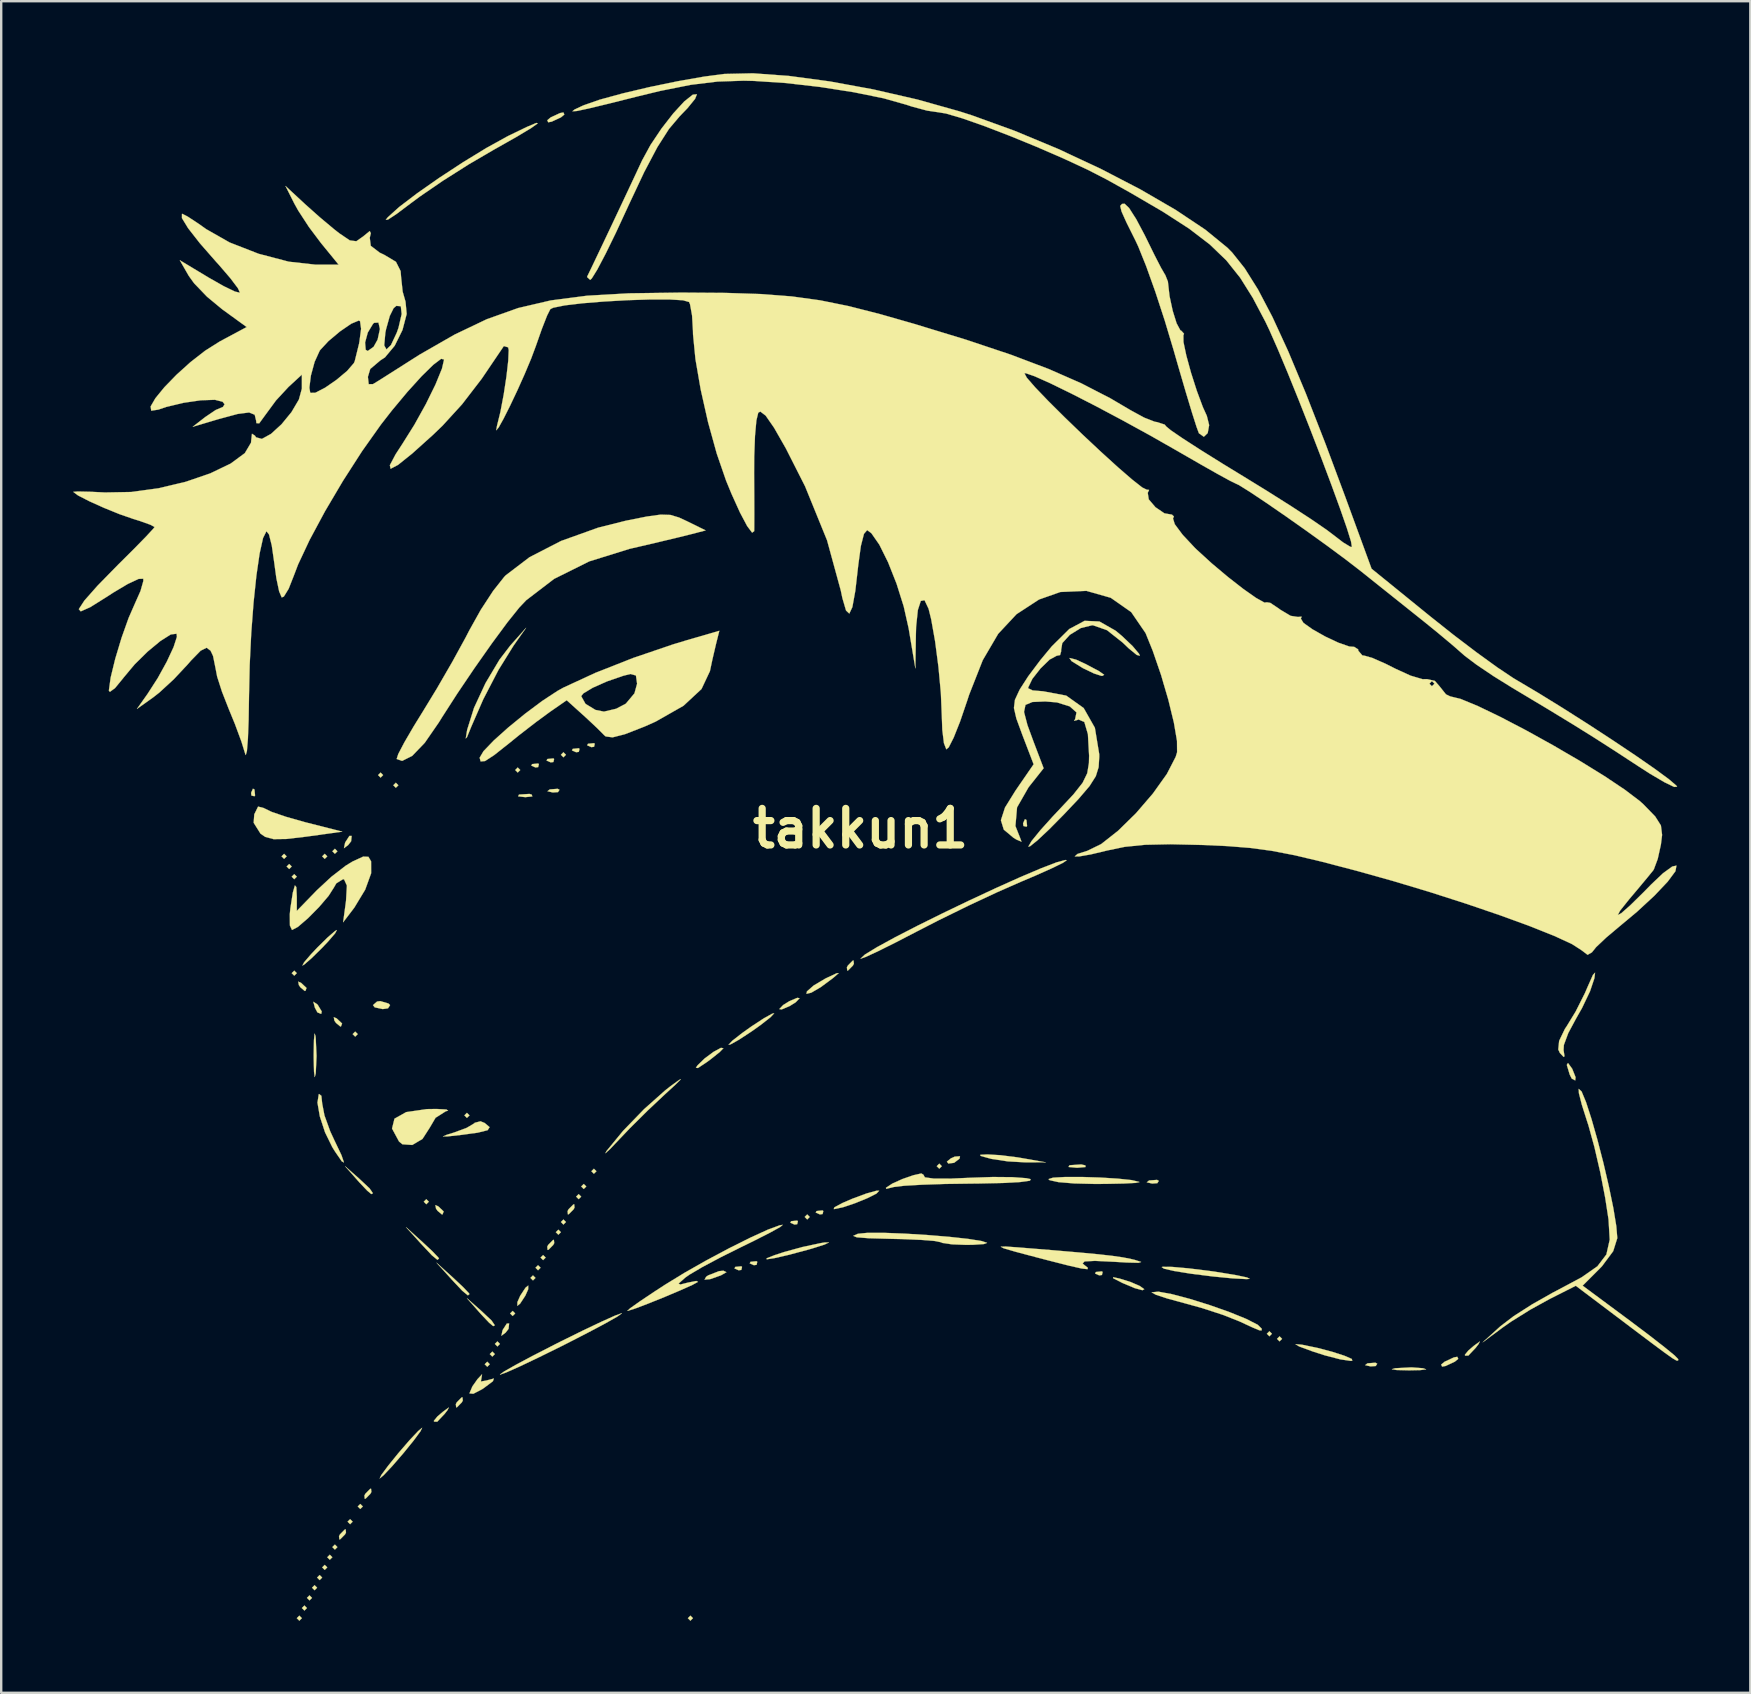
<source format=kicad_pcb>
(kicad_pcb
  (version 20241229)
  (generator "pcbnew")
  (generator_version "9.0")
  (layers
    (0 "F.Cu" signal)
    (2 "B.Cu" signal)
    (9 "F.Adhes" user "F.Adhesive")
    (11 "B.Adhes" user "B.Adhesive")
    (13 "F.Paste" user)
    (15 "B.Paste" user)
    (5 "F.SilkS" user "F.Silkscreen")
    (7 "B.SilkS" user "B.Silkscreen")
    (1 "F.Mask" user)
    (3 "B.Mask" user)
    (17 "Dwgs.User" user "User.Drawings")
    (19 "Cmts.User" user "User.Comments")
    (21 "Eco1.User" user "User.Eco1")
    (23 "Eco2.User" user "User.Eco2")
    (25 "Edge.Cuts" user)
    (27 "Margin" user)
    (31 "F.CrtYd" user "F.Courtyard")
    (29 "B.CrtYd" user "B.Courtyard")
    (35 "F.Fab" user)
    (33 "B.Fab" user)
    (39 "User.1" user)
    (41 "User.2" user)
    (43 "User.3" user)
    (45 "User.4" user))
  (footprint "takkun1"
    (layer "F.Cu")
    (at 32.814 31.475)
    (property "Reference" "takkun1" (at 0 0 0) (layer "F.SilkS") (effects (font (size 1.524 1.524) (thickness 0.3))))
    (attr through_hole)
    (fp_poly (pts (xy -23.918 1.164) (xy -24.024 1.27) (xy -24.13 1.164) (xy -24.024 1.058) (xy -23.918 1.164)) (stroke (width 0.01) (type solid)) (fill yes) (layer "F.SilkS"))
    (fp_poly (pts (xy -23.707 1.587) (xy -23.812 1.693) (xy -23.918 1.587) (xy -23.812 1.482) (xy -23.707 1.587)) (stroke (width 0.01) (type solid)) (fill yes) (layer "F.SilkS"))
    (fp_poly (pts (xy -23.495 2.011) (xy -23.601 2.117) (xy -23.707 2.011) (xy -23.601 1.905) (xy -23.495 2.011)) (stroke (width 0.01) (type solid)) (fill yes) (layer "F.SilkS"))
    (fp_poly (pts (xy -23.495 6.032) (xy -23.601 6.138) (xy -23.707 6.032) (xy -23.601 5.927) (xy -23.495 6.032)) (stroke (width 0.01) (type solid)) (fill yes) (layer "F.SilkS"))
    (fp_poly (pts (xy -23.283 32.914) (xy -23.389 33.02) (xy -23.495 32.914) (xy -23.389 32.808) (xy -23.283 32.914)) (stroke (width 0.01) (type solid)) (fill yes) (layer "F.SilkS"))
    (fp_poly (pts (xy -23.072 32.491) (xy -23.177 32.597) (xy -23.283 32.491) (xy -23.177 32.385) (xy -23.072 32.491)) (stroke (width 0.01) (type solid)) (fill yes) (layer "F.SilkS"))
    (fp_poly (pts (xy -22.86 32.068) (xy -22.966 32.173) (xy -23.072 32.068) (xy -22.966 31.962) (xy -22.86 32.068)) (stroke (width 0.01) (type solid)) (fill yes) (layer "F.SilkS"))
    (fp_poly (pts (xy -22.648 31.644) (xy -22.754 31.75) (xy -22.86 31.644) (xy -22.754 31.538) (xy -22.648 31.644)) (stroke (width 0.01) (type solid)) (fill yes) (layer "F.SilkS"))
    (fp_poly (pts (xy -22.437 31.221) (xy -22.543 31.327) (xy -22.648 31.221) (xy -22.543 31.115) (xy -22.437 31.221)) (stroke (width 0.01) (type solid)) (fill yes) (layer "F.SilkS"))
    (fp_poly (pts (xy -22.225 1.164) (xy -22.331 1.27) (xy -22.437 1.164) (xy -22.331 1.058) (xy -22.225 1.164)) (stroke (width 0.01) (type solid)) (fill yes) (layer "F.SilkS"))
    (fp_poly (pts (xy -22.225 30.797) (xy -22.331 30.903) (xy -22.437 30.797) (xy -22.331 30.692) (xy -22.225 30.797)) (stroke (width 0.01) (type solid)) (fill yes) (layer "F.SilkS"))
    (fp_poly (pts (xy -22.013 30.374) (xy -22.119 30.48) (xy -22.225 30.374) (xy -22.119 30.268) (xy -22.013 30.374)) (stroke (width 0.01) (type solid)) (fill yes) (layer "F.SilkS"))
    (fp_poly (pts (xy -21.802 0.953) (xy -21.907 1.058) (xy -22.013 0.953) (xy -21.907 0.847) (xy -21.802 0.953)) (stroke (width 0.01) (type solid)) (fill yes) (layer "F.SilkS"))
    (fp_poly (pts (xy -21.802 29.951) (xy -21.907 30.057) (xy -22.013 29.951) (xy -21.907 29.845) (xy -21.802 29.951)) (stroke (width 0.01) (type solid)) (fill yes) (layer "F.SilkS"))
    (fp_poly (pts (xy -21.167 28.892) (xy -21.273 28.998) (xy -21.378 28.892) (xy -21.273 28.787) (xy -21.167 28.892)) (stroke (width 0.01) (type solid)) (fill yes) (layer "F.SilkS"))
    (fp_poly (pts (xy -20.955 8.572) (xy -21.061 8.678) (xy -21.167 8.572) (xy -21.061 8.467) (xy -20.955 8.572)) (stroke (width 0.01) (type solid)) (fill yes) (layer "F.SilkS"))
    (fp_poly (pts (xy -20.743 28.258) (xy -20.849 28.363) (xy -20.955 28.258) (xy -20.849 28.152) (xy -20.743 28.258)) (stroke (width 0.01) (type solid)) (fill yes) (layer "F.SilkS"))
    (fp_poly (pts (xy -19.897 -2.223) (xy -20.003 -2.117) (xy -20.108 -2.223) (xy -20.003 -2.328) (xy -19.897 -2.223)) (stroke (width 0.01) (type solid)) (fill yes) (layer "F.SilkS"))
    (fp_poly (pts (xy -19.262 -1.799) (xy -19.367 -1.693) (xy -19.473 -1.799) (xy -19.367 -1.905) (xy -19.262 -1.799)) (stroke (width 0.01) (type solid)) (fill yes) (layer "F.SilkS"))
    (fp_poly (pts (xy -17.992 15.557) (xy -18.098 15.663) (xy -18.203 15.557) (xy -18.098 15.452) (xy -17.992 15.557)) (stroke (width 0.01) (type solid)) (fill yes) (layer "F.SilkS"))
    (fp_poly (pts (xy -16.298 11.959) (xy -16.404 12.065) (xy -16.51 11.959) (xy -16.404 11.853) (xy -16.298 11.959)) (stroke (width 0.01) (type solid)) (fill yes) (layer "F.SilkS"))
    (fp_poly (pts (xy -15.452 22.331) (xy -15.557 22.437) (xy -15.663 22.331) (xy -15.557 22.225) (xy -15.452 22.331)) (stroke (width 0.01) (type solid)) (fill yes) (layer "F.SilkS"))
    (fp_poly (pts (xy -15.24 21.907) (xy -15.346 22.013) (xy -15.452 21.907) (xy -15.346 21.802) (xy -15.24 21.907)) (stroke (width 0.01) (type solid)) (fill yes) (layer "F.SilkS"))
    (fp_poly (pts (xy -15.028 21.484) (xy -15.134 21.59) (xy -15.24 21.484) (xy -15.134 21.378) (xy -15.028 21.484)) (stroke (width 0.01) (type solid)) (fill yes) (layer "F.SilkS"))
    (fp_poly (pts (xy -14.393 20.214) (xy -14.499 20.32) (xy -14.605 20.214) (xy -14.499 20.108) (xy -14.393 20.214)) (stroke (width 0.01) (type solid)) (fill yes) (layer "F.SilkS"))
    (fp_poly (pts (xy -14.182 -2.434) (xy -14.287 -2.328) (xy -14.393 -2.434) (xy -14.287 -2.54) (xy -14.182 -2.434)) (stroke (width 0.01) (type solid)) (fill yes) (layer "F.SilkS"))
    (fp_poly (pts (xy -13.547 18.733) (xy -13.652 18.838) (xy -13.758 18.733) (xy -13.652 18.627) (xy -13.547 18.733)) (stroke (width 0.01) (type solid)) (fill yes) (layer "F.SilkS"))
    (fp_poly (pts (xy -13.335 18.309) (xy -13.441 18.415) (xy -13.547 18.309) (xy -13.441 18.203) (xy -13.335 18.309)) (stroke (width 0.01) (type solid)) (fill yes) (layer "F.SilkS"))
    (fp_poly (pts (xy -13.123 17.886) (xy -13.229 17.992) (xy -13.335 17.886) (xy -13.229 17.78) (xy -13.123 17.886)) (stroke (width 0.01) (type solid)) (fill yes) (layer "F.SilkS"))
    (fp_poly (pts (xy -12.488 16.828) (xy -12.594 16.933) (xy -12.7 16.828) (xy -12.594 16.722) (xy -12.488 16.828)) (stroke (width 0.01) (type solid)) (fill yes) (layer "F.SilkS"))
    (fp_poly (pts (xy -12.277 -3.069) (xy -12.383 -2.963) (xy -12.488 -3.069) (xy -12.383 -3.175) (xy -12.277 -3.069)) (stroke (width 0.01) (type solid)) (fill yes) (layer "F.SilkS"))
    (fp_poly (pts (xy -12.277 16.404) (xy -12.383 16.51) (xy -12.488 16.404) (xy -12.383 16.298) (xy -12.277 16.404)) (stroke (width 0.01) (type solid)) (fill yes) (layer "F.SilkS"))
    (fp_poly (pts (xy -11.642 15.346) (xy -11.748 15.452) (xy -11.853 15.346) (xy -11.748 15.24) (xy -11.642 15.346)) (stroke (width 0.01) (type solid)) (fill yes) (layer "F.SilkS"))
    (fp_poly (pts (xy -11.43 14.922) (xy -11.536 15.028) (xy -11.642 14.922) (xy -11.536 14.817) (xy -11.43 14.922)) (stroke (width 0.01) (type solid)) (fill yes) (layer "F.SilkS"))
    (fp_poly (pts (xy -11.007 14.287) (xy -11.113 14.393) (xy -11.218 14.287) (xy -11.113 14.182) (xy -11.007 14.287)) (stroke (width 0.01) (type solid)) (fill yes) (layer "F.SilkS"))
    (fp_poly (pts (xy -6.985 32.914) (xy -7.091 33.02) (xy -7.197 32.914) (xy -7.091 32.808) (xy -6.985 32.914)) (stroke (width 0.01) (type solid)) (fill yes) (layer "F.SilkS"))
    (fp_poly (pts (xy -2.117 16.192) (xy -2.223 16.298) (xy -2.328 16.192) (xy -2.223 16.087) (xy -2.117 16.192)) (stroke (width 0.01) (type solid)) (fill yes) (layer "F.SilkS"))
    (fp_poly (pts (xy 3.387 14.076) (xy 3.281 14.182) (xy 3.175 14.076) (xy 3.281 13.97) (xy 3.387 14.076)) (stroke (width 0.01) (type solid)) (fill yes) (layer "F.SilkS"))
    (fp_poly (pts (xy 17.145 21.061) (xy 17.039 21.167) (xy 16.933 21.061) (xy 17.039 20.955) (xy 17.145 21.061)) (stroke (width 0.01) (type solid)) (fill yes) (layer "F.SilkS"))
    (fp_poly (pts (xy 17.568 21.273) (xy 17.462 21.378) (xy 17.357 21.273) (xy 17.462 21.167) (xy 17.568 21.273)) (stroke (width 0.01) (type solid)) (fill yes) (layer "F.SilkS"))
    (fp_poly (pts (xy -25.259 -1.623) (xy -25.234 -1.372) (xy -25.259 -1.341) (xy -25.385 -1.37) (xy -25.4 -1.482) (xy -25.323 -1.656) (xy -25.259 -1.623)) (stroke (width 0.01) (type solid)) (fill yes) (layer "F.SilkS"))
    (fp_poly (pts (xy -13.705 -1.41) (xy -13.679 -1.333) (xy -13.97 -1.303) (xy -14.27 -1.337) (xy -14.235 -1.41) (xy -13.801 -1.438) (xy -13.705 -1.41)) (stroke (width 0.01) (type solid)) (fill yes) (layer "F.SilkS"))
    (fp_poly (pts (xy -13.406 -2.681) (xy -13.435 -2.555) (xy -13.547 -2.54) (xy -13.721 -2.617) (xy -13.688 -2.681) (xy -13.437 -2.706) (xy -13.406 -2.681)) (stroke (width 0.01) (type solid)) (fill yes) (layer "F.SilkS"))
    (fp_poly (pts (xy -12.771 -2.893) (xy -12.8 -2.767) (xy -12.912 -2.752) (xy -13.086 -2.829) (xy -13.053 -2.893) (xy -12.802 -2.918) (xy -12.771 -2.893)) (stroke (width 0.01) (type solid)) (fill yes) (layer "F.SilkS"))
    (fp_poly (pts (xy -12.546 -1.61) (xy -12.609 -1.513) (xy -12.823 -1.498) (xy -13.049 -1.55) (xy -12.951 -1.626) (xy -12.621 -1.651) (xy -12.546 -1.61)) (stroke (width 0.01) (type solid)) (fill yes) (layer "F.SilkS"))
    (fp_poly (pts (xy -11.712 -3.316) (xy -11.741 -3.19) (xy -11.853 -3.175) (xy -12.028 -3.252) (xy -11.994 -3.316) (xy -11.743 -3.341) (xy -11.712 -3.316)) (stroke (width 0.01) (type solid)) (fill yes) (layer "F.SilkS"))
    (fp_poly (pts (xy -11.077 -3.528) (xy -11.106 -3.402) (xy -11.218 -3.387) (xy -11.393 -3.464) (xy -11.359 -3.528) (xy -11.108 -3.553) (xy -11.077 -3.528)) (stroke (width 0.01) (type solid)) (fill yes) (layer "F.SilkS"))
    (fp_poly (pts (xy -4.939 18.274) (xy -4.968 18.4) (xy -5.08 18.415) (xy -5.254 18.338) (xy -5.221 18.274) (xy -4.97 18.249) (xy -4.939 18.274)) (stroke (width 0.01) (type solid)) (fill yes) (layer "F.SilkS"))
    (fp_poly (pts (xy -4.304 18.062) (xy -4.333 18.188) (xy -4.445 18.203) (xy -4.619 18.126) (xy -4.586 18.062) (xy -4.335 18.037) (xy -4.304 18.062)) (stroke (width 0.01) (type solid)) (fill yes) (layer "F.SilkS"))
    (fp_poly (pts (xy -2.611 16.369) (xy -2.64 16.495) (xy -2.752 16.51) (xy -2.926 16.433) (xy -2.893 16.369) (xy -2.642 16.344) (xy -2.611 16.369)) (stroke (width 0.01) (type solid)) (fill yes) (layer "F.SilkS"))
    (fp_poly (pts (xy -1.552 15.946) (xy -1.581 16.071) (xy -1.693 16.087) (xy -1.868 16.009) (xy -1.834 15.946) (xy -1.583 15.92) (xy -1.552 15.946)) (stroke (width 0.01) (type solid)) (fill yes) (layer "F.SilkS"))
    (fp_poly (pts (xy 6.914 -0.353) (xy 6.94 -0.102) (xy 6.914 -0.071) (xy 6.789 -0.1) (xy 6.773 -0.212) (xy 6.851 -0.386) (xy 6.914 -0.353)) (stroke (width 0.01) (type solid)) (fill yes) (layer "F.SilkS"))
    (fp_poly (pts (xy 10.089 18.486) (xy 10.06 18.611) (xy 9.948 18.627) (xy 9.774 18.549) (xy 9.807 18.486) (xy 10.058 18.46) (xy 10.089 18.486)) (stroke (width 0.01) (type solid)) (fill yes) (layer "F.SilkS"))
    (fp_poly (pts (xy 12.431 14.689) (xy 12.368 14.785) (xy 12.153 14.8) (xy 11.927 14.748) (xy 12.025 14.672) (xy 12.356 14.647) (xy 12.431 14.689)) (stroke (width 0.01) (type solid)) (fill yes) (layer "F.SilkS"))
    (fp_poly (pts (xy 21.533 22.309) (xy 21.47 22.405) (xy 21.255 22.42) (xy 21.029 22.368) (xy 21.127 22.292) (xy 21.458 22.267) (xy 21.533 22.309)) (stroke (width 0.01) (type solid)) (fill yes) (layer "F.SilkS"))
    (fp_poly (pts (xy -23.316 6.436) (xy -23.089 6.649) (xy -23.135 6.771) (xy -23.165 6.773) (xy -23.344 6.623) (xy -23.409 6.529) (xy -23.434 6.384) (xy -23.316 6.436)) (stroke (width 0.01) (type solid)) (fill yes) (layer "F.SilkS"))
    (fp_poly (pts (xy -22.65 7.325) (xy -22.622 7.352) (xy -22.455 7.629) (xy -22.478 7.731) (xy -22.635 7.668) (xy -22.741 7.47) (xy -22.805 7.223) (xy -22.65 7.325)) (stroke (width 0.01) (type solid)) (fill yes) (layer "F.SilkS"))
    (fp_poly (pts (xy -21.834 7.917) (xy -21.607 8.13) (xy -21.654 8.253) (xy -21.683 8.255) (xy -21.862 8.105) (xy -21.928 8.011) (xy -21.953 7.866) (xy -21.834 7.917)) (stroke (width 0.01) (type solid)) (fill yes) (layer "F.SilkS"))
    (fp_poly (pts (xy -21.231 0.536) (xy -21.352 0.691) (xy -21.53 0.825) (xy -21.486 0.613) (xy -21.471 0.573) (xy -21.303 0.314) (xy -21.208 0.312) (xy -21.231 0.536)) (stroke (width 0.01) (type solid)) (fill yes) (layer "F.SilkS"))
    (fp_poly (pts (xy -17.601 15.749) (xy -17.374 15.962) (xy -17.42 16.085) (xy -17.45 16.087) (xy -17.629 15.936) (xy -17.694 15.842) (xy -17.719 15.697) (xy -17.601 15.749)) (stroke (width 0.01) (type solid)) (fill yes) (layer "F.SilkS"))
    (fp_poly (pts (xy -14.67 20.856) (xy -14.79 21.011) (xy -14.968 21.145) (xy -14.924 20.933) (xy -14.909 20.893) (xy -14.741 20.634) (xy -14.646 20.632) (xy -14.67 20.856)) (stroke (width 0.01) (type solid)) (fill yes) (layer "F.SilkS"))
    (fp_poly (pts (xy 4.126 13.761) (xy 3.9 13.936) (xy 3.657 13.966) (xy 3.598 13.887) (xy 3.764 13.751) (xy 3.927 13.678) (xy 4.145 13.663) (xy 4.126 13.761)) (stroke (width 0.01) (type solid)) (fill yes) (layer "F.SilkS"))
    (fp_poly (pts (xy 29.659 10.017) (xy 29.799 10.368) (xy 29.785 10.503) (xy 29.64 10.427) (xy 29.554 10.258) (xy 29.434 9.856) (xy 29.483 9.776) (xy 29.659 10.017)) (stroke (width 0.01) (type solid)) (fill yes) (layer "F.SilkS"))
    (fp_poly (pts (xy -21.445 29.347) (xy -21.484 29.422) (xy -21.684 29.624) (xy -21.721 29.633) (xy -21.735 29.497) (xy -21.696 29.422) (xy -21.496 29.22) (xy -21.459 29.21) (xy -21.445 29.347)) (stroke (width 0.01) (type solid)) (fill yes) (layer "F.SilkS"))
    (fp_poly (pts (xy -20.902 14.589) (xy -20.46 15.003) (xy -20.322 15.204) (xy -20.389 15.24) (xy -20.559 15.098) (xy -20.891 14.748) (xy -20.971 14.658) (xy -21.484 14.076) (xy -20.902 14.589)) (stroke (width 0.01) (type solid)) (fill yes) (layer "F.SilkS"))
    (fp_poly (pts (xy -20.386 27.653) (xy -20.426 27.728) (xy -20.625 27.93) (xy -20.662 27.94) (xy -20.677 27.803) (xy -20.637 27.728) (xy -20.438 27.526) (xy -20.401 27.517) (xy -20.386 27.653)) (stroke (width 0.01) (type solid)) (fill yes) (layer "F.SilkS"))
    (fp_poly (pts (xy -19.674 7.297) (xy -19.607 7.363) (xy -19.693 7.497) (xy -19.912 7.529) (xy -20.248 7.457) (xy -20.32 7.363) (xy -20.149 7.214) (xy -20.015 7.197) (xy -19.674 7.297)) (stroke (width 0.01) (type solid)) (fill yes) (layer "F.SilkS"))
    (fp_poly (pts (xy -17.211 24.241) (xy -17.33 24.395) (xy -17.639 24.724) (xy -17.777 24.722) (xy -17.78 24.685) (xy -17.635 24.508) (xy -17.41 24.315) (xy -17.159 24.132) (xy -17.211 24.241)) (stroke (width 0.01) (type solid)) (fill yes) (layer "F.SilkS"))
    (fp_poly (pts (xy -16.576 23.843) (xy -16.616 23.918) (xy -16.815 24.12) (xy -16.852 24.13) (xy -16.867 23.993) (xy -16.828 23.918) (xy -16.628 23.716) (xy -16.591 23.707) (xy -16.576 23.843)) (stroke (width 0.01) (type solid)) (fill yes) (layer "F.SilkS"))
    (fp_poly (pts (xy -15.822 20.092) (xy -15.38 20.506) (xy -15.242 20.707) (xy -15.309 20.743) (xy -15.479 20.601) (xy -15.811 20.251) (xy -15.891 20.161) (xy -16.404 19.579) (xy -15.822 20.092)) (stroke (width 0.01) (type solid)) (fill yes) (layer "F.SilkS"))
    (fp_poly (pts (xy -13.851 19.206) (xy -13.97 19.473) (xy -14.189 19.806) (xy -14.302 19.897) (xy -14.301 19.741) (xy -14.182 19.473) (xy -13.963 19.141) (xy -13.849 19.05) (xy -13.851 19.206)) (stroke (width 0.01) (type solid)) (fill yes) (layer "F.SilkS"))
    (fp_poly (pts (xy -12.766 17.282) (xy -12.806 17.357) (xy -13.005 17.559) (xy -13.042 17.568) (xy -13.057 17.432) (xy -13.018 17.357) (xy -12.818 17.155) (xy -12.781 17.145) (xy -12.766 17.282)) (stroke (width 0.01) (type solid)) (fill yes) (layer "F.SilkS"))
    (fp_poly (pts (xy -12.345 -29.751) (xy -12.488 -29.633) (xy -12.874 -29.454) (xy -13.018 -29.428) (xy -13.055 -29.515) (xy -12.912 -29.633) (xy -12.526 -29.812) (xy -12.383 -29.839) (xy -12.345 -29.751)) (stroke (width 0.01) (type solid)) (fill yes) (layer "F.SilkS"))
    (fp_poly (pts (xy -11.92 15.8) (xy -11.959 15.875) (xy -12.159 16.077) (xy -12.196 16.087) (xy -12.21 15.95) (xy -12.171 15.875) (xy -11.971 15.673) (xy -11.934 15.663) (xy -11.92 15.8)) (stroke (width 0.01) (type solid)) (fill yes) (layer "F.SilkS"))
    (fp_poly (pts (xy -5.588 18.494) (xy -5.821 18.627) (xy -6.27 18.785) (xy -6.501 18.805) (xy -6.436 18.687) (xy -6.35 18.627) (xy -5.898 18.451) (xy -5.715 18.433) (xy -5.588 18.494)) (stroke (width 0.01) (type solid)) (fill yes) (layer "F.SilkS"))
    (fp_poly (pts (xy -2.54 7.076) (xy -2.702 7.246) (xy -2.963 7.408) (xy -3.291 7.545) (xy -3.387 7.529) (xy -3.224 7.359) (xy -2.963 7.197) (xy -2.636 7.06) (xy -2.54 7.076)) (stroke (width 0.01) (type solid)) (fill yes) (layer "F.SilkS"))
    (fp_poly (pts (xy -0.278 5.64) (xy -0.318 5.715) (xy -0.517 5.917) (xy -0.554 5.927) (xy -0.569 5.79) (xy -0.529 5.715) (xy -0.33 5.513) (xy -0.293 5.503) (xy -0.278 5.64)) (stroke (width 0.01) (type solid)) (fill yes) (layer "F.SilkS"))
    (fp_poly (pts (xy 9.37 14.043) (xy 9.377 14.112) (xy 9.046 14.141) (xy 8.996 14.14) (xy 8.668 14.11) (xy 8.699 14.045) (xy 8.735 14.035) (xy 9.196 14.004) (xy 9.37 14.043)) (stroke (width 0.01) (type solid)) (fill yes) (layer "F.SilkS"))
    (fp_poly (pts (xy 23.442 22.497) (xy 23.573 22.543) (xy 23.333 22.575) (xy 22.86 22.585) (xy 22.337 22.572) (xy 22.142 22.538) (xy 22.278 22.497) (xy 22.962 22.461) (xy 23.442 22.497)) (stroke (width 0.01) (type solid)) (fill yes) (layer "F.SilkS"))
    (fp_poly (pts (xy 24.909 22.107) (xy 24.765 22.225) (xy 24.379 22.404) (xy 24.236 22.43) (xy 24.198 22.343) (xy 24.342 22.225) (xy 24.728 22.046) (xy 24.871 22.02) (xy 24.909 22.107)) (stroke (width 0.01) (type solid)) (fill yes) (layer "F.SilkS"))
    (fp_poly (pts (xy 25.757 21.49) (xy 25.639 21.643) (xy 25.33 21.972) (xy 25.192 21.971) (xy 25.188 21.933) (xy 25.333 21.757) (xy 25.559 21.563) (xy 25.809 21.38) (xy 25.757 21.49)) (stroke (width 0.01) (type solid)) (fill yes) (layer "F.SilkS"))
    (fp_poly (pts (xy -18.256 17.238) (xy -17.839 17.628) (xy -17.595 17.883) (xy -17.568 17.925) (xy -17.634 17.98) (xy -17.866 17.789) (xy -18.314 17.313) (xy -18.322 17.304) (xy -18.944 16.616) (xy -18.256 17.238)) (stroke (width 0.01) (type solid)) (fill yes) (layer "F.SilkS"))
    (fp_poly (pts (xy -16.986 18.719) (xy -16.569 19.11) (xy -16.325 19.365) (xy -16.298 19.407) (xy -16.364 19.461) (xy -16.596 19.271) (xy -17.044 18.795) (xy -17.052 18.785) (xy -17.674 18.098) (xy -16.986 18.719)) (stroke (width 0.01) (type solid)) (fill yes) (layer "F.SilkS"))
    (fp_poly (pts (xy -5.715 9.16) (xy -5.868 9.319) (xy -6.251 9.625) (xy -6.403 9.737) (xy -6.778 9.986) (xy -6.862 9.973) (xy -6.791 9.871) (xy -6.491 9.581) (xy -6.121 9.308) (xy -5.818 9.145) (xy -5.715 9.16)) (stroke (width 0.01) (type solid)) (fill yes) (layer "F.SilkS"))
    (fp_poly (pts (xy 8.979 -7.036) (xy 9.366 -6.858) (xy 9.929 -6.56) (xy 10.153 -6.404) (xy 10.082 -6.358) (xy 10.037 -6.358) (xy 9.727 -6.458) (xy 9.26 -6.683) (xy 8.791 -6.975) (xy 8.704 -7.104) (xy 8.979 -7.036)) (stroke (width 0.01) (type solid)) (fill yes) (layer "F.SilkS"))
    (fp_poly (pts (xy 10.795 18.76) (xy 11.257 18.904) (xy 11.637 19.07) (xy 11.826 19.203) (xy 11.748 19.246) (xy 11.424 19.158) (xy 10.929 18.95) (xy 10.901 18.937) (xy 10.528 18.746) (xy 10.528 18.703) (xy 10.795 18.76)) (stroke (width 0.01) (type solid)) (fill yes) (layer "F.SilkS"))
    (fp_poly (pts (xy -22.716 8.647) (xy -22.706 8.736) (xy -22.672 9.483) (xy -22.704 10.193) (xy -22.707 10.218) (xy -22.747 10.364) (xy -22.777 10.136) (xy -22.79 9.585) (xy -22.791 9.419) (xy -22.78 8.818) (xy -22.753 8.547) (xy -22.716 8.647)) (stroke (width 0.01) (type solid)) (fill yes) (layer "F.SilkS"))
    (fp_poly (pts (xy -1.126 6.218) (xy -1.164 6.249) (xy -1.66 6.616) (xy -2.052 6.845) (xy -2.254 6.894) (xy -2.235 6.793) (xy -1.957 6.548) (xy -1.474 6.261) (xy -1.415 6.232) (xy -0.993 6.035) (xy -0.91 6.029) (xy -1.126 6.218)) (stroke (width 0.01) (type solid)) (fill yes) (layer "F.SilkS"))
    (fp_poly (pts (xy 5.833 13.619) (xy 6.543 13.709) (xy 6.773 13.748) (xy 7.726 13.917) (xy 6.879 13.918) (xy 6.141 13.877) (xy 5.461 13.774) (xy 5.397 13.758) (xy 4.999 13.648) (xy 4.993 13.601) (xy 5.292 13.587) (xy 5.833 13.619)) (stroke (width 0.01) (type solid)) (fill yes) (layer "F.SilkS"))
    (fp_poly (pts (xy -21.894 4.368) (xy -22.189 4.712) (xy -22.437 4.974) (xy -22.874 5.404) (xy -23.183 5.672) (xy -23.261 5.715) (xy -23.191 5.58) (xy -22.896 5.237) (xy -22.648 4.974) (xy -22.211 4.544) (xy -21.902 4.277) (xy -21.824 4.233) (xy -21.894 4.368)) (stroke (width 0.01) (type solid)) (fill yes) (layer "F.SilkS"))
    (fp_poly (pts (xy -18.339 25.123) (xy -18.622 25.507) (xy -19.05 26.035) (xy -19.518 26.576) (xy -19.876 26.957) (xy -20.042 27.093) (xy -19.973 26.947) (xy -19.689 26.563) (xy -19.262 26.035) (xy -18.794 25.494) (xy -18.435 25.113) (xy -18.27 24.977) (xy -18.339 25.123)) (stroke (width 0.01) (type solid)) (fill yes) (layer "F.SilkS"))
    (fp_poly (pts (xy -3.758 7.874) (xy -4.168 8.195) (xy -4.551 8.467) (xy -5.072 8.808) (xy -5.418 9.001) (xy -5.503 9.016) (xy -5.344 8.848) (xy -4.933 8.527) (xy -4.551 8.255) (xy -4.03 7.914) (xy -3.684 7.721) (xy -3.598 7.705) (xy -3.758 7.874)) (stroke (width 0.01) (type solid)) (fill yes) (layer "F.SilkS"))
    (fp_poly (pts (xy 0.777 15.1) (xy 0.663 15.219) (xy 0.282 15.411) (xy -0.228 15.619) (xy -0.73 15.788) (xy -1.088 15.863) (xy -1.116 15.863) (xy -1.088 15.788) (xy -0.746 15.607) (xy -0.343 15.433) (xy 0.251 15.213) (xy 0.665 15.099) (xy 0.777 15.1)) (stroke (width 0.01) (type solid)) (fill yes) (layer "F.SilkS"))
    (fp_poly (pts (xy -15.788 22.843) (xy -15.823 23.05) (xy -15.592 23.008) (xy -15.281 22.926) (xy -15.322 23.039) (xy -15.704 23.326) (xy -15.769 23.37) (xy -16.137 23.561) (xy -16.298 23.546) (xy -16.298 23.54) (xy -16.178 23.256) (xy -15.965 22.953) (xy -15.774 22.75) (xy -15.788 22.843)) (stroke (width 0.01) (type solid)) (fill yes) (layer "F.SilkS"))
    (fp_poly (pts (xy -15.664 12.276) (xy -15.459 12.45) (xy -15.542 12.577) (xy -15.96 12.681) (xy -16.616 12.77) (xy -17.206 12.835) (xy -17.405 12.837) (xy -17.243 12.767) (xy -16.934 12.672) (xy -16.415 12.479) (xy -16.102 12.293) (xy -16.081 12.268) (xy -15.838 12.205) (xy -15.664 12.276)) (stroke (width 0.01) (type solid)) (fill yes) (layer "F.SilkS"))
    (fp_poly (pts (xy -14.46 -7.62) (xy -15.09 -6.605) (xy -15.724 -5.382) (xy -16.221 -4.245) (xy -16.4 -3.806) (xy -16.454 -3.748) (xy -16.404 -4.056) (xy -16.392 -4.121) (xy -16.108 -5.026) (xy -15.629 -6.057) (xy -15.048 -7.032) (xy -14.598 -7.62) (xy -13.939 -8.361) (xy -14.46 -7.62)) (stroke (width 0.01) (type solid)) (fill yes) (layer "F.SilkS"))
    (fp_poly (pts (xy -1.502 17.344) (xy -2.013 17.506) (xy -2.223 17.566) (xy -3.024 17.779) (xy -3.6 17.911) (xy -3.911 17.958) (xy -3.915 17.916) (xy -3.573 17.781) (xy -3.19 17.656) (xy -2.42 17.444) (xy -1.665 17.283) (xy -1.497 17.256) (xy -1.316 17.254) (xy -1.502 17.344)) (stroke (width 0.01) (type solid)) (fill yes) (layer "F.SilkS"))
    (fp_poly (pts (xy 18.377 21.514) (xy 18.41 21.519) (xy 19.039 21.649) (xy 19.654 21.811) (xy 20.163 21.975) (xy 20.473 22.11) (xy 20.494 22.185) (xy 20.426 22.191) (xy 19.997 22.128) (xy 19.342 21.958) (xy 18.838 21.796) (xy 18.278 21.589) (xy 18.125 21.495) (xy 18.377 21.514)) (stroke (width 0.01) (type solid)) (fill yes) (layer "F.SilkS"))
    (fp_poly (pts (xy -17.26 11.714) (xy -17.189 11.762) (xy -17.287 11.789) (xy -17.712 12.059) (xy -17.954 12.471) (xy -18.256 12.94) (xy -18.681 13.192) (xy -19.093 13.164) (xy -19.234 13.049) (xy -19.526 12.508) (xy -19.424 12.097) (xy -18.937 11.823) (xy -18.078 11.698) (xy -17.674 11.692) (xy -17.26 11.714)) (stroke (width 0.01) (type solid)) (fill yes) (layer "F.SilkS"))
    (fp_poly (pts (xy -7.717 10.682) (xy -8.149 11.078) (xy -8.873 11.759) (xy -9.62 12.501) (xy -10.054 12.957) (xy -10.443 13.367) (xy -10.633 13.54) (xy -10.59 13.448) (xy -9.897 12.604) (xy -9.024 11.702) (xy -8.144 10.919) (xy -7.938 10.757) (xy -7.564 10.484) (xy -7.488 10.455) (xy -7.717 10.682)) (stroke (width 0.01) (type solid)) (fill yes) (layer "F.SilkS"))
    (fp_poly (pts (xy -24.876 -0.851) (xy -24.873 -0.849) (xy -24.547 -0.691) (xy -23.936 -0.482) (xy -23.167 -0.264) (xy -23.104 -0.248) (xy -21.598 0.135) (xy -23.104 0.343) (xy -23.934 0.44) (xy -24.464 0.447) (xy -24.808 0.354) (xy -25.004 0.223) (xy -25.292 -0.235) (xy -25.267 -0.587) (xy -25.108 -0.91) (xy -24.876 -0.851)) (stroke (width 0.01) (type solid)) (fill yes) (layer "F.SilkS"))
    (fp_poly (pts (xy -22.471 11.143) (xy -22.437 11.465) (xy -22.342 11.96) (xy -22.101 12.626) (xy -21.936 12.982) (xy -21.633 13.617) (xy -21.529 13.921) (xy -21.618 13.878) (xy -21.897 13.473) (xy -22.016 13.282) (xy -22.318 12.666) (xy -22.535 12.002) (xy -22.634 11.427) (xy -22.579 11.08) (xy -22.568 11.067) (xy -22.471 11.143)) (stroke (width 0.01) (type solid)) (fill yes) (layer "F.SilkS"))
    (fp_poly (pts (xy 9.983 14.55) (xy 10.715 14.595) (xy 11.295 14.656) (xy 11.609 14.73) (xy 11.624 14.74) (xy 11.468 14.773) (xy 10.977 14.799) (xy 10.239 14.814) (xy 9.772 14.817) (xy 8.908 14.796) (xy 8.247 14.741) (xy 7.879 14.66) (xy 7.832 14.615) (xy 8.023 14.555) (xy 8.522 14.527) (xy 9.214 14.526) (xy 9.983 14.55)) (stroke (width 0.01) (type solid)) (fill yes) (layer "F.SilkS"))
    (fp_poly (pts (xy 12.987 18.274) (xy 13.675 18.335) (xy 14.537 18.441) (xy 14.922 18.497) (xy 15.657 18.619) (xy 16.106 18.714) (xy 16.218 18.772) (xy 16.087 18.783) (xy 15.504 18.752) (xy 14.678 18.672) (xy 13.785 18.56) (xy 13.758 18.556) (xy 13.07 18.445) (xy 12.644 18.347) (xy 12.55 18.281) (xy 12.594 18.27) (xy 12.987 18.274)) (stroke (width 0.01) (type solid)) (fill yes) (layer "F.SilkS"))
    (fp_poly (pts (xy 30.584 6.244) (xy 30.402 6.786) (xy 30.069 7.484) (xy 29.824 7.916) (xy 29.495 8.528) (xy 29.311 9.025) (xy 29.299 9.239) (xy 29.338 9.494) (xy 29.303 9.525) (xy 29.145 9.359) (xy 29.078 9.215) (xy 29.114 8.854) (xy 29.355 8.354) (xy 29.429 8.244) (xy 29.803 7.631) (xy 30.184 6.873) (xy 30.304 6.596) (xy 30.524 6.102) (xy 30.612 6.011) (xy 30.584 6.244)) (stroke (width 0.01) (type solid)) (fill yes) (layer "F.SilkS"))
    (fp_poly (pts (xy -9.948 20.211) (xy -10.127 20.339) (xy -10.615 20.617) (xy -11.345 21.005) (xy -12.245 21.468) (xy -12.488 21.59) (xy -13.418 22.048) (xy -14.194 22.418) (xy -14.75 22.666) (xy -15.015 22.762) (xy -15.028 22.757) (xy -14.85 22.629) (xy -14.361 22.352) (xy -13.632 21.963) (xy -12.731 21.501) (xy -12.488 21.378) (xy -11.559 20.92) (xy -10.782 20.551) (xy -10.227 20.302) (xy -9.961 20.207) (xy -9.948 20.211)) (stroke (width 0.01) (type solid)) (fill yes) (layer "F.SilkS"))
    (fp_poly (pts (xy 12.975 19.409) (xy 13.722 19.607) (xy 14.554 19.867) (xy 15.37 20.155) (xy 16.07 20.439) (xy 16.554 20.686) (xy 16.722 20.853) (xy 16.713 20.923) (xy 16.619 20.916) (xy 16.341 20.8) (xy 15.779 20.54) (xy 15.769 20.536) (xy 15.108 20.275) (xy 14.238 19.991) (xy 13.484 19.782) (xy 12.79 19.593) (xy 12.308 19.435) (xy 12.133 19.337) (xy 12.135 19.333) (xy 12.413 19.306) (xy 12.975 19.409)) (stroke (width 0.01) (type solid)) (fill yes) (layer "F.SilkS"))
    (fp_poly (pts (xy -13.453 -29.383) (xy -13.725 -29.19) (xy -14.313 -28.835) (xy -15.205 -28.33) (xy -15.273 -28.292) (xy -16.314 -27.684) (xy -17.404 -26.994) (xy -18.372 -26.33) (xy -18.766 -26.037) (xy -19.339 -25.607) (xy -19.694 -25.374) (xy -19.786 -25.365) (xy -19.703 -25.47) (xy -19.228 -25.899) (xy -18.481 -26.468) (xy -17.561 -27.112) (xy -16.564 -27.765) (xy -15.589 -28.361) (xy -14.733 -28.834) (xy -14.665 -28.869) (xy -13.91 -29.234) (xy -13.511 -29.402) (xy -13.453 -29.383)) (stroke (width 0.01) (type solid)) (fill yes) (layer "F.SilkS"))
    (fp_poly (pts (xy 0.972 16.854) (xy 1.837 16.887) (xy 2.781 16.945) (xy 3.701 17.021) (xy 4.493 17.108) (xy 5.055 17.198) (xy 5.274 17.272) (xy 5.14 17.322) (xy 4.701 17.352) (xy 4.41 17.357) (xy 3.813 17.334) (xy 3.417 17.277) (xy 3.347 17.246) (xy 3.1 17.195) (xy 2.53 17.149) (xy 1.735 17.115) (xy 1.248 17.104) (xy 0.347 17.08) (xy -0.16 17.04) (xy -0.304 16.98) (xy -0.115 16.895) (xy -0.106 16.893) (xy 0.29 16.854) (xy 0.972 16.854)) (stroke (width 0.01) (type solid)) (fill yes) (layer "F.SilkS"))
    (fp_poly (pts (xy 8.592 1.324) (xy 8.442 1.431) (xy 7.978 1.658) (xy 7.281 1.97) (xy 6.714 2.21) (xy 5.702 2.655) (xy 4.49 3.222) (xy 3.247 3.832) (xy 2.381 4.277) (xy 1.488 4.74) (xy 0.747 5.109) (xy 0.23 5.35) (xy 0.004 5.43) (xy 0 5.426) (xy 0.182 5.256) (xy 0.684 4.949) (xy 1.438 4.537) (xy 2.378 4.053) (xy 3.437 3.529) (xy 4.548 2.995) (xy 5.643 2.485) (xy 6.657 2.03) (xy 7.523 1.662) (xy 8.172 1.413) (xy 8.54 1.315) (xy 8.592 1.324)) (stroke (width 0.01) (type solid)) (fill yes) (layer "F.SilkS"))
    (fp_poly (pts (xy 2.622 14.432) (xy 2.621 14.433) (xy 2.681 14.542) (xy 3.058 14.594) (xy 3.789 14.593) (xy 4.571 14.559) (xy 5.514 14.527) (xy 6.332 14.534) (xy 6.911 14.577) (xy 7.091 14.617) (xy 7.06 14.682) (xy 6.656 14.737) (xy 5.928 14.777) (xy 4.924 14.799) (xy 4.621 14.802) (xy 3.527 14.817) (xy 2.563 14.849) (xy 1.819 14.892) (xy 1.386 14.944) (xy 1.34 14.956) (xy 1.072 15.021) (xy 1.058 14.978) (xy 1.323 14.802) (xy 1.747 14.611) (xy 2.196 14.455) (xy 2.533 14.379) (xy 2.622 14.432)) (stroke (width 0.01) (type solid)) (fill yes) (layer "F.SilkS"))
    (fp_poly (pts (xy 6.547 17.46) (xy 6.562 17.461) (xy 8.014 17.579) (xy 9.111 17.673) (xy 9.919 17.749) (xy 10.504 17.815) (xy 10.932 17.877) (xy 11.269 17.944) (xy 11.43 17.982) (xy 11.696 18.068) (xy 11.591 18.104) (xy 11.096 18.092) (xy 10.583 18.062) (xy 9.769 18.023) (xy 9.338 18.045) (xy 9.255 18.129) (xy 9.313 18.183) (xy 9.474 18.313) (xy 9.458 18.369) (xy 9.212 18.341) (xy 8.685 18.222) (xy 7.825 18.003) (xy 7.303 17.867) (xy 6.442 17.638) (xy 5.965 17.499) (xy 5.842 17.432) (xy 6.045 17.425) (xy 6.547 17.46)) (stroke (width 0.01) (type solid)) (fill yes) (layer "F.SilkS"))
    (fp_poly (pts (xy -6.897 -30.404) (xy -7.21 -30.019) (xy -7.537 -29.68) (xy -7.984 -29.152) (xy -8.468 -28.393) (xy -9.02 -27.347) (xy -9.673 -25.959) (xy -9.715 -25.866) (xy -10.192 -24.835) (xy -10.621 -23.957) (xy -10.968 -23.297) (xy -11.2 -22.922) (xy -11.268 -22.86) (xy -11.398 -22.98) (xy -11.384 -23.019) (xy -11.233 -23.329) (xy -10.947 -23.929) (xy -10.57 -24.722) (xy -10.148 -25.615) (xy -9.725 -26.513) (xy -9.346 -27.321) (xy -9.107 -27.834) (xy -8.751 -28.487) (xy -8.295 -29.168) (xy -7.805 -29.798) (xy -7.349 -30.295) (xy -6.992 -30.58) (xy -6.819 -30.596) (xy -6.897 -30.404)) (stroke (width 0.01) (type solid)) (fill yes) (layer "F.SilkS"))
    (fp_poly (pts (xy -20.509 1.183) (xy -20.398 1.372) (xy -20.397 1.871) (xy -20.644 2.552) (xy -21.094 3.296) (xy -21.161 3.385) (xy -21.564 3.913) (xy -21.443 3.015) (xy -21.407 2.382) (xy -21.524 2.125) (xy -21.569 2.117) (xy -21.847 2.287) (xy -21.946 2.459) (xy -22.169 2.81) (xy -22.567 3.276) (xy -23.029 3.743) (xy -23.444 4.1) (xy -23.694 4.233) (xy -23.782 4.047) (xy -23.787 3.578) (xy -23.763 3.334) (xy -23.661 2.677) (xy -23.574 2.374) (xy -23.514 2.446) (xy -23.495 2.848) (xy -23.495 3.438) (xy -22.659 2.577) (xy -22.062 2.022) (xy -21.458 1.554) (xy -21.174 1.38) (xy -20.727 1.174) (xy -20.509 1.183)) (stroke (width 0.01) (type solid)) (fill yes) (layer "F.SilkS"))
    (fp_poly (pts (xy -3.344 16.609) (xy -3.758 16.839) (xy -4.412 17.172) (xy -4.974 17.447) (xy -5.837 17.877) (xy -6.593 18.28) (xy -7.133 18.598) (xy -7.303 18.718) (xy -7.584 18.969) (xy -7.511 19.008) (xy -7.197 18.929) (xy -6.845 18.86) (xy -6.773 18.897) (xy -7.009 19.025) (xy -7.513 19.251) (xy -8.161 19.525) (xy -8.825 19.793) (xy -9.379 20.004) (xy -9.698 20.106) (xy -9.72 20.108) (xy -9.609 20.003) (xy -9.211 19.72) (xy -8.596 19.308) (xy -8.149 19.017) (xy -7.331 18.516) (xy -6.407 17.992) (xy -5.463 17.489) (xy -4.585 17.051) (xy -3.859 16.72) (xy -3.369 16.54) (xy -3.242 16.52) (xy -3.344 16.609)) (stroke (width 0.01) (type solid)) (fill yes) (layer "F.SilkS"))
    (fp_poly (pts (xy -7.923 -13.065) (xy -7.564 -12.957) (xy -7.237 -12.805) (xy -6.456 -12.42) (xy -7.091 -12.255) (xy -7.583 -12.133) (xy -8.352 -11.949) (xy -9.261 -11.736) (xy -9.626 -11.652) (xy -11.307 -11.129) (xy -12.77 -10.401) (xy -13.932 -9.512) (xy -14.22 -9.209) (xy -14.72 -8.585) (xy -15.368 -7.707) (xy -16.089 -6.682) (xy -16.808 -5.618) (xy -17.449 -4.621) (xy -17.577 -4.414) (xy -18.161 -3.569) (xy -18.683 -3.025) (xy -19.105 -2.814) (xy -19.333 -2.893) (xy -19.267 -3.1) (xy -19.014 -3.583) (xy -18.618 -4.262) (xy -18.268 -4.828) (xy -17.652 -5.839) (xy -17.014 -6.943) (xy -16.461 -7.952) (xy -16.3 -8.263) (xy -15.826 -9.112) (xy -15.31 -9.902) (xy -14.851 -10.482) (xy -14.784 -10.551) (xy -13.794 -11.305) (xy -12.479 -11.981) (xy -10.936 -12.534) (xy -9.777 -12.825) (xy -8.908 -12.998) (xy -8.33 -13.078) (xy -7.923 -13.065)) (stroke (width 0.01) (type solid)) (fill yes) (layer "F.SilkS"))
    (fp_poly (pts (xy 11.19 -25.858) (xy 11.49 -25.389) (xy 11.843 -24.724) (xy 11.901 -24.606) (xy 12.246 -23.903) (xy 12.525 -23.362) (xy 12.686 -23.084) (xy 12.697 -23.072) (xy 12.811 -22.786) (xy 12.813 -22.754) (xy 12.877 -22.185) (xy 13.01 -21.569) (xy 13.173 -21.048) (xy 13.327 -20.762) (xy 13.366 -20.743) (xy 13.482 -20.616) (xy 13.455 -20.554) (xy 13.458 -20.271) (xy 13.576 -19.71) (xy 13.773 -18.991) (xy 14.015 -18.235) (xy 14.266 -17.559) (xy 14.432 -17.194) (xy 14.528 -16.808) (xy 14.468 -16.476) (xy 14.307 -16.322) (xy 14.102 -16.468) (xy 14.102 -16.468) (xy 14.003 -16.734) (xy 13.812 -17.333) (xy 13.553 -18.191) (xy 13.248 -19.234) (xy 13.049 -19.927) (xy 12.678 -21.164) (xy 12.283 -22.372) (xy 11.901 -23.439) (xy 11.572 -24.255) (xy 11.46 -24.495) (xy 11.082 -25.253) (xy 10.877 -25.711) (xy 10.822 -25.943) (xy 10.896 -26.026) (xy 11.004 -26.035) (xy 11.19 -25.858)) (stroke (width 0.01) (type solid)) (fill yes) (layer "F.SilkS"))
    (fp_poly (pts (xy 30.05 10.963) (xy 30.235 11.408) (xy 30.462 12.107) (xy 30.71 12.978) (xy 30.959 13.941) (xy 31.186 14.916) (xy 31.373 15.822) (xy 31.497 16.578) (xy 31.538 17.074) (xy 31.367 17.619) (xy 30.9 18.246) (xy 30.816 18.333) (xy 30.093 19.056) (xy 32.086 20.534) (xy 32.865 21.121) (xy 33.502 21.617) (xy 33.929 21.967) (xy 34.078 22.119) (xy 34.07 22.18) (xy 34.01 22.18) (xy 33.843 22.083) (xy 33.515 21.851) (xy 32.972 21.447) (xy 32.159 20.835) (xy 31.891 20.632) (xy 29.809 19.061) (xy 28.716 19.612) (xy 27.913 20.055) (xy 27.109 20.557) (xy 26.776 20.79) (xy 25.929 21.417) (xy 26.67 20.746) (xy 27.217 20.328) (xy 27.999 19.828) (xy 28.864 19.339) (xy 29.046 19.245) (xy 30.046 18.711) (xy 30.709 18.248) (xy 31.083 17.757) (xy 31.222 17.14) (xy 31.173 16.299) (xy 31.033 15.39) (xy 30.829 14.337) (xy 30.583 13.274) (xy 30.338 12.386) (xy 30.27 12.176) (xy 30.06 11.516) (xy 29.938 11.035) (xy 29.929 10.853) (xy 30.05 10.963)) (stroke (width 0.01) (type solid)) (fill yes) (layer "F.SilkS"))
    (fp_poly (pts (xy -6.022 -7.692) (xy -6.173 -7.045) (xy -6.277 -6.555) (xy -6.628 -5.81) (xy -7.379 -5.112) (xy -8.539 -4.452) (xy -9.001 -4.246) (xy -9.818 -3.927) (xy -10.334 -3.795) (xy -10.623 -3.834) (xy -10.678 -3.88) (xy -10.971 -4.174) (xy -11.426 -4.601) (xy -11.574 -4.735) (xy -12.247 -5.342) (xy -12.95 -4.854) (xy -13.52 -4.436) (xy -14.219 -3.895) (xy -14.634 -3.559) (xy -15.27 -3.055) (xy -15.65 -2.808) (xy -15.833 -2.791) (xy -15.875 -2.946) (xy -15.715 -3.218) (xy -15.291 -3.66) (xy -14.686 -4.203) (xy -13.985 -4.776) (xy -13.272 -5.309) (xy -12.964 -5.512) (xy -11.642 -5.512) (xy -11.463 -5.192) (xy -11.048 -4.939) (xy -10.694 -4.868) (xy -10.184 -4.988) (xy -9.784 -5.198) (xy -9.423 -5.629) (xy -9.313 -6.03) (xy -9.361 -6.373) (xy -9.59 -6.436) (xy -9.895 -6.36) (xy -10.571 -6.126) (xy -11.163 -5.862) (xy -11.553 -5.627) (xy -11.642 -5.512) (xy -12.964 -5.512) (xy -12.63 -5.731) (xy -12.39 -5.865) (xy -11.055 -6.482) (xy -9.475 -7.105) (xy -7.824 -7.667) (xy -7.229 -7.847) (xy -5.885 -8.237) (xy -6.022 -7.692)) (stroke (width 0.01) (type solid)) (fill yes) (layer "F.SilkS"))
    (fp_poly (pts (xy 9.956 -8.624) (xy 10.63 -8.24) (xy 10.893 -8.021) (xy 11.336 -7.6) (xy 11.605 -7.281) (xy 11.642 -7.196) (xy 11.51 -7.23) (xy 11.176 -7.504) (xy 10.922 -7.747) (xy 10.269 -8.263) (xy 9.686 -8.466) (xy 9.652 -8.467) (xy 9.178 -8.35) (xy 8.721 -8.068) (xy 8.407 -7.723) (xy 8.356 -7.417) (xy 8.366 -7.401) (xy 8.316 -7.224) (xy 8.176 -7.197) (xy 7.884 -7.04) (xy 7.502 -6.67) (xy 7.16 -6.233) (xy 6.988 -5.877) (xy 6.985 -5.841) (xy 7.169 -5.752) (xy 7.61 -5.715) (xy 8.571 -5.535) (xy 9.299 -5.017) (xy 9.766 -4.193) (xy 9.947 -3.093) (xy 9.948 -2.983) (xy 9.922 -2.554) (xy 9.805 -2.177) (xy 9.543 -1.764) (xy 9.08 -1.223) (xy 8.473 -0.581) (xy 7.859 0.04) (xy 7.369 0.5) (xy 7.063 0.745) (xy 6.992 0.759) (xy 7.126 0.528) (xy 7.491 0.079) (xy 8.019 -0.508) (xy 8.255 -0.757) (xy 8.877 -1.423) (xy 9.255 -1.902) (xy 9.448 -2.3) (xy 9.518 -2.726) (xy 9.525 -3.034) (xy 9.475 -3.929) (xy 9.326 -4.435) (xy 9.082 -4.541) (xy 9.027 -4.516) (xy 8.896 -4.485) (xy 8.941 -4.55) (xy 9 -4.834) (xy 8.721 -5.084) (xy 8.188 -5.251) (xy 7.7 -5.292) (xy 7.161 -5.269) (xy 6.873 -5.148) (xy 6.813 -4.853) (xy 6.956 -4.306) (xy 7.202 -3.635) (xy 7.63 -2.508) (xy 7.001 -1.713) (xy 6.522 -0.876) (xy 6.455 -0.099) (xy 6.65 0.395) (xy 6.708 0.554) (xy 6.496 0.464) (xy 6.376 0.391) (xy 5.969 0.05) (xy 5.849 -0.342) (xy 6.02 -0.87) (xy 6.459 -1.578) (xy 7.213 -2.673) (xy 6.744 -3.897) (xy 6.493 -4.582) (xy 6.392 -5.021) (xy 6.434 -5.359) (xy 6.611 -5.742) (xy 6.648 -5.812) (xy 6.988 -6.34) (xy 7.496 -7.017) (xy 7.972 -7.591) (xy 8.7 -8.311) (xy 9.337 -8.652) (xy 9.956 -8.624)) (stroke (width 0.01) (type solid)) (fill yes) (layer "F.SilkS"))
    (fp_poly (pts (xy -2.987 -31.361) (xy -1.284 -31.132) (xy 0.532 -30.799) (xy 2.366 -30.378) (xy 4.124 -29.884) (xy 4.645 -29.717) (xy 6.425 -29.072) (xy 8.233 -28.319) (xy 10 -27.494) (xy 11.658 -26.634) (xy 13.137 -25.775) (xy 14.369 -24.953) (xy 15.285 -24.205) (xy 15.488 -24) (xy 16.01 -23.344) (xy 16.564 -22.461) (xy 17.163 -21.319) (xy 17.822 -19.887) (xy 18.554 -18.137) (xy 19.374 -16.036) (xy 20.198 -13.825) (xy 21.297 -10.823) (xy 23.749 -8.832) (xy 24.721 -8.06) (xy 25.685 -7.328) (xy 26.543 -6.707) (xy 27.2 -6.268) (xy 27.335 -6.187) (xy 28.244 -5.648) (xy 29.258 -5.022) (xy 30.314 -4.351) (xy 31.347 -3.676) (xy 32.296 -3.041) (xy 33.096 -2.486) (xy 33.684 -2.054) (xy 33.998 -1.786) (xy 34.031 -1.739) (xy 33.908 -1.729) (xy 33.506 -1.923) (xy 32.895 -2.283) (xy 32.424 -2.586) (xy 31.459 -3.217) (xy 30.573 -3.785) (xy 29.658 -4.355) (xy 28.605 -4.996) (xy 27.305 -5.775) (xy 27.157 -5.863) (xy 26.374 -6.35) (xy 25.673 -6.822) (xy 25.183 -7.191) (xy 25.118 -7.248) (xy 24.68 -7.632) (xy 24.055 -8.155) (xy 23.467 -8.632) (xy 22.739 -9.213) (xy 21.853 -9.92) (xy 20.982 -10.616) (xy 20.849 -10.722) (xy 20.223 -11.205) (xy 19.443 -11.783) (xy 18.582 -12.403) (xy 17.711 -13.017) (xy 16.904 -13.573) (xy 16.233 -14.021) (xy 15.769 -14.31) (xy 15.593 -14.393) (xy 15.388 -14.494) (xy 14.889 -14.767) (xy 14.171 -15.174) (xy 13.304 -15.673) (xy 13.204 -15.731) (xy 12.077 -16.373) (xy 10.923 -17.006) (xy 9.802 -17.602) (xy 8.777 -18.127) (xy 7.909 -18.551) (xy 7.259 -18.842) (xy 6.89 -18.97) (xy 6.831 -18.967) (xy 6.928 -18.785) (xy 7.28 -18.38) (xy 7.826 -17.811) (xy 8.505 -17.136) (xy 9.255 -16.412) (xy 10.015 -15.7) (xy 10.723 -15.056) (xy 11.319 -14.54) (xy 11.74 -14.209) (xy 11.924 -14.119) (xy 12.026 -14.107) (xy 11.969 -13.986) (xy 12.011 -13.714) (xy 12.291 -13.386) (xy 12.664 -13.132) (xy 12.98 -13.077) (xy 13.06 -13) (xy 13.021 -12.917) (xy 13.097 -12.676) (xy 13.421 -12.241) (xy 13.927 -11.7) (xy 14.01 -11.619) (xy 14.643 -11.041) (xy 15.316 -10.476) (xy 15.955 -9.978) (xy 16.486 -9.605) (xy 16.835 -9.411) (xy 16.933 -9.424) (xy 17.076 -9.4) (xy 17.425 -9.168) (xy 17.487 -9.12) (xy 17.924 -8.86) (xy 18.243 -8.811) (xy 18.261 -8.82) (xy 18.385 -8.823) (xy 18.35 -8.744) (xy 18.458 -8.566) (xy 18.837 -8.297) (xy 19.364 -7.999) (xy 19.917 -7.739) (xy 20.372 -7.581) (xy 20.574 -7.567) (xy 20.737 -7.463) (xy 20.743 -7.408) (xy 20.911 -7.212) (xy 21.01 -7.197) (xy 21.335 -7.103) (xy 21.885 -6.861) (xy 22.299 -6.652) (xy 22.92 -6.368) (xy 23.422 -6.22) (xy 23.617 -6.221) (xy 23.935 -6.15) (xy 24.134 -5.919) (xy 24.398 -5.588) (xy 24.574 -5.503) (xy 25.014 -5.395) (xy 25.735 -5.096) (xy 26.663 -4.649) (xy 27.726 -4.094) (xy 28.848 -3.473) (xy 29.958 -2.826) (xy 30.981 -2.195) (xy 31.843 -1.62) (xy 32.472 -1.144) (xy 32.626 -1.005) (xy 33.118 -0.499) (xy 33.356 -0.123) (xy 33.405 0.271) (xy 33.356 0.672) (xy 33.223 1.272) (xy 33.062 1.704) (xy 33.026 1.76) (xy 32.788 2.052) (xy 32.378 2.544) (xy 32.025 2.963) (xy 31.654 3.428) (xy 31.557 3.611) (xy 31.707 3.531) (xy 32.077 3.205) (xy 32.642 2.65) (xy 32.946 2.339) (xy 33.44 1.871) (xy 33.826 1.589) (xy 34.004 1.549) (xy 33.961 1.784) (xy 33.636 2.221) (xy 33.085 2.803) (xy 32.36 3.473) (xy 31.644 4.071) (xy 31.076 4.549) (xy 30.652 4.951) (xy 30.48 5.165) (xy 30.3 5.268) (xy 30.039 5.071) (xy 29.654 4.823) (xy 28.922 4.484) (xy 27.903 4.077) (xy 26.658 3.622) (xy 25.248 3.141) (xy 23.735 2.655) (xy 22.178 2.187) (xy 20.639 1.756) (xy 20.637 1.756) (xy 19.22 1.386) (xy 18.093 1.118) (xy 17.139 0.934) (xy 16.243 0.813) (xy 15.289 0.737) (xy 14.287 0.691) (xy 12.915 0.659) (xy 11.859 0.682) (xy 11.014 0.767) (xy 10.278 0.92) (xy 10.275 0.921) (xy 9.601 1.082) (xy 9.111 1.168) (xy 8.927 1.166) (xy 9.041 1.064) (xy 9.438 0.938) (xy 9.447 0.936) (xy 10.025 0.654) (xy 10.73 0.1) (xy 11.479 -0.634) (xy 12.185 -1.455) (xy 12.765 -2.268) (xy 13.133 -2.981) (xy 13.192 -3.175) (xy 13.188 -3.648) (xy 13.058 -4.412) (xy 12.827 -5.361) (xy 12.63 -6.032) (xy 23.707 -6.032) (xy 23.812 -5.927) (xy 23.918 -6.032) (xy 23.812 -6.138) (xy 23.707 -6.032) (xy 12.63 -6.032) (xy 12.525 -6.392) (xy 12.178 -7.401) (xy 11.879 -8.14) (xy 11.279 -9.016) (xy 10.427 -9.612) (xy 9.413 -9.9) (xy 8.327 -9.853) (xy 7.438 -9.54) (xy 6.501 -8.929) (xy 5.735 -8.109) (xy 5.093 -7.013) (xy 4.526 -5.573) (xy 4.443 -5.319) (xy 4.149 -4.457) (xy 3.881 -3.784) (xy 3.674 -3.378) (xy 3.574 -3.296) (xy 3.475 -3.553) (xy 3.407 -4.105) (xy 3.385 -4.722) (xy 3.347 -5.644) (xy 3.247 -6.724) (xy 3.106 -7.803) (xy 2.943 -8.72) (xy 2.835 -9.155) (xy 2.666 -9.511) (xy 2.511 -9.481) (xy 2.388 -9.101) (xy 2.316 -8.41) (xy 2.307 -8.096) (xy 2.285 -6.668) (xy 2.004 -8.341) (xy 1.799 -9.252) (xy 1.5 -10.201) (xy 1.147 -11.092) (xy 0.783 -11.826) (xy 0.449 -12.305) (xy 0.276 -12.432) (xy 0.142 -12.276) (xy 0.013 -11.771) (xy -0.093 -10.993) (xy -0.218 -9.901) (xy -0.341 -9.224) (xy -0.469 -8.953) (xy -0.605 -9.081) (xy -0.757 -9.598) (xy -0.824 -9.918) (xy -1.395 -12.005) (xy -2.312 -14.257) (xy -3.115 -15.842) (xy -3.607 -16.703) (xy -3.954 -17.203) (xy -4.177 -17.373) (xy -4.264 -17.324) (xy -4.341 -17.003) (xy -4.399 -16.362) (xy -4.431 -15.503) (xy -4.436 -14.817) (xy -4.43 -13.877) (xy -4.428 -13.092) (xy -4.43 -12.56) (xy -4.433 -12.388) (xy -4.519 -12.326) (xy -4.726 -12.602) (xy -5.023 -13.161) (xy -5.378 -13.945) (xy -5.605 -14.496) (xy -5.993 -15.621) (xy -6.356 -16.932) (xy -6.662 -18.291) (xy -6.881 -19.558) (xy -6.982 -20.595) (xy -6.985 -20.743) (xy -7.022 -21.377) (xy -7.106 -21.842) (xy -7.147 -21.939) (xy -7.401 -22.011) (xy -7.98 -22.045) (xy -8.785 -22.044) (xy -9.719 -22.014) (xy -10.686 -21.959) (xy -11.587 -21.886) (xy -12.327 -21.798) (xy -12.807 -21.701) (xy -12.929 -21.641) (xy -13.064 -21.373) (xy -13.28 -20.821) (xy -13.531 -20.108) (xy -13.729 -19.577) (xy -13.998 -18.936) (xy -14.302 -18.258) (xy -14.608 -17.612) (xy -14.88 -17.072) (xy -15.084 -16.707) (xy -15.184 -16.59) (xy -15.152 -16.777) (xy -15.01 -17.355) (xy -14.872 -18.083) (xy -14.757 -18.838) (xy -14.682 -19.498) (xy -14.663 -19.94) (xy -14.687 -20.049) (xy -14.864 -20.102) (xy -14.874 -20.091) (xy -15.787 -18.742) (xy -16.608 -17.675) (xy -17.421 -16.785) (xy -17.817 -16.404) (xy -18.688 -15.621) (xy -19.276 -15.15) (xy -19.585 -14.988) (xy -19.617 -15.136) (xy -19.377 -15.591) (xy -19.101 -16.015) (xy -18.595 -16.822) (xy -18.115 -17.686) (xy -17.714 -18.502) (xy -17.444 -19.164) (xy -17.357 -19.542) (xy -17.478 -19.572) (xy -17.808 -19.322) (xy -18.294 -18.845) (xy -18.885 -18.193) (xy -19.529 -17.421) (xy -19.991 -16.828) (xy -20.773 -15.725) (xy -21.569 -14.487) (xy -22.319 -13.218) (xy -22.962 -12.021) (xy -23.441 -11) (xy -23.613 -10.548) (xy -23.834 -9.988) (xy -24.034 -9.663) (xy -24.123 -9.626) (xy -24.23 -9.875) (xy -24.346 -10.425) (xy -24.44 -11.112) (xy -24.538 -11.793) (xy -24.653 -12.251) (xy -24.76 -12.386) (xy -24.902 -12.1) (xy -25.044 -11.461) (xy -25.178 -10.542) (xy -25.297 -9.413) (xy -25.393 -8.146) (xy -25.458 -6.811) (xy -25.486 -5.548) (xy -25.502 -4.53) (xy -25.532 -3.738) (xy -25.573 -3.228) (xy -25.621 -3.057) (xy -25.646 -3.114) (xy -25.804 -3.623) (xy -26.071 -4.345) (xy -26.329 -4.974) (xy -26.614 -5.702) (xy -26.814 -6.325) (xy -26.88 -6.668) (xy -26.985 -7.187) (xy -27.087 -7.405) (xy -27.252 -7.53) (xy -27.5 -7.408) (xy -27.902 -6.997) (xy -28.047 -6.83) (xy -28.622 -6.216) (xy -29.223 -5.663) (xy -29.482 -5.46) (xy -30.157 -4.98) (xy -29.711 -5.612) (xy -29.29 -6.265) (xy -28.913 -6.949) (xy -28.63 -7.557) (xy -28.492 -7.983) (xy -28.504 -8.114) (xy -28.746 -8.084) (xy -29.178 -7.812) (xy -29.711 -7.37) (xy -30.254 -6.835) (xy -30.718 -6.28) (xy -30.728 -6.265) (xy -31.068 -5.851) (xy -31.284 -5.691) (xy -31.327 -5.745) (xy -31.253 -6.284) (xy -31.062 -7.067) (xy -30.798 -7.945) (xy -30.504 -8.771) (xy -30.257 -9.336) (xy -30.008 -9.896) (xy -29.89 -10.312) (xy -29.892 -10.407) (xy -30.086 -10.399) (xy -30.539 -10.188) (xy -31.164 -9.815) (xy -31.382 -9.672) (xy -32.1 -9.222) (xy -32.499 -9.045) (xy -32.58 -9.138) (xy -32.346 -9.497) (xy -31.798 -10.117) (xy -30.937 -10.997) (xy -30.871 -11.061) (xy -30.25 -11.68) (xy -29.762 -12.18) (xy -29.473 -12.493) (xy -29.422 -12.562) (xy -29.604 -12.659) (xy -30.064 -12.822) (xy -30.321 -12.902) (xy -30.883 -13.097) (xy -31.532 -13.361) (xy -32.149 -13.639) (xy -32.614 -13.878) (xy -32.808 -14.024) (xy -32.809 -14.027) (xy -32.617 -14.042) (xy -32.115 -14.031) (xy -31.486 -14.001) (xy -30.395 -14.021) (xy -29.248 -14.178) (xy -28.124 -14.446) (xy -27.1 -14.797) (xy -26.253 -15.204) (xy -25.661 -15.64) (xy -25.402 -16.077) (xy -25.397 -16.143) (xy -25.363 -16.449) (xy -25.239 -16.369) (xy -25.194 -16.3) (xy -24.95 -16.233) (xy -24.569 -16.443) (xy -24.131 -16.843) (xy -23.717 -17.349) (xy -23.408 -17.873) (xy -23.283 -18.33) (xy -23.283 -18.338) (xy -23.283 -18.367) (xy -22.971 -18.367) (xy -22.934 -18.152) (xy -22.721 -18.157) (xy -22.316 -18.367) (xy -21.835 -18.699) (xy -21.396 -19.068) (xy -21.116 -19.393) (xy -21.08 -19.473) (xy -20.892 -20.235) (xy -20.89 -20.25) (xy -20.649 -20.25) (xy -20.624 -19.95) (xy -20.539 -19.897) (xy -20.293 -20.071) (xy -20.261 -20.129) (xy -19.851 -20.129) (xy -19.758 -19.963) (xy -19.57 -20.145) (xy -19.329 -20.658) (xy -19.256 -20.866) (xy -19.124 -21.437) (xy -19.16 -21.763) (xy -19.346 -21.778) (xy -19.46 -21.682) (xy -19.62 -21.358) (xy -19.774 -20.806) (xy -19.804 -20.66) (xy -19.851 -20.129) (xy -20.261 -20.129) (xy -20.126 -20.373) (xy -20.031 -20.812) (xy -20.091 -21.082) (xy -20.273 -21.071) (xy -20.32 -21.026) (xy -20.537 -20.665) (xy -20.649 -20.25) (xy -20.89 -20.25) (xy -20.815 -20.822) (xy -20.858 -21.137) (xy -20.91 -21.167) (xy -21.227 -21.034) (xy -21.697 -20.711) (xy -22.176 -20.309) (xy -22.519 -19.939) (xy -22.543 -19.904) (xy -22.752 -19.445) (xy -22.908 -18.871) (xy -22.971 -18.367) (xy -23.283 -18.367) (xy -23.283 -18.912) (xy -23.841 -18.399) (xy -24.362 -17.836) (xy -24.792 -17.251) (xy -25.061 -16.882) (xy -25.179 -16.89) (xy -25.188 -16.986) (xy -25.249 -17.24) (xy -25.481 -17.335) (xy -25.957 -17.274) (xy -26.751 -17.06) (xy -26.795 -17.047) (xy -27.834 -16.737) (xy -27.305 -17.148) (xy -26.875 -17.438) (xy -26.577 -17.564) (xy -26.575 -17.564) (xy -26.504 -17.675) (xy -26.587 -17.782) (xy -26.906 -17.863) (xy -27.494 -17.843) (xy -28.217 -17.738) (xy -28.938 -17.565) (xy -29.263 -17.454) (xy -29.561 -17.409) (xy -29.587 -17.585) (xy -29.387 -17.93) (xy -29.012 -18.388) (xy -28.509 -18.906) (xy -27.928 -19.431) (xy -27.315 -19.909) (xy -26.72 -20.285) (xy -26.709 -20.292) (xy -25.583 -20.895) (xy -26.603 -21.635) (xy -27.238 -22.161) (xy -27.774 -22.719) (xy -27.997 -23.028) (xy -28.372 -23.681) (xy -27.166 -22.955) (xy -26.544 -22.601) (xy -26.075 -22.375) (xy -25.864 -22.325) (xy -25.95 -22.515) (xy -26.263 -22.93) (xy -26.742 -23.488) (xy -26.858 -23.615) (xy -27.538 -24.392) (xy -28.024 -25.014) (xy -28.282 -25.436) (xy -28.281 -25.61) (xy -28.263 -25.612) (xy -28.04 -25.498) (xy -27.596 -25.206) (xy -27.268 -24.974) (xy -26.294 -24.42) (xy -25.084 -23.948) (xy -23.828 -23.619) (xy -22.713 -23.495) (xy -22.706 -23.495) (xy -21.751 -23.495) (xy -22.486 -24.395) (xy -22.991 -25.067) (xy -23.438 -25.754) (xy -23.594 -26.035) (xy -23.967 -26.776) (xy -23.149 -26.017) (xy -22.536 -25.471) (xy -21.933 -24.966) (xy -21.716 -24.797) (xy -21.287 -24.507) (xy -21.014 -24.471) (xy -20.733 -24.668) (xy -20.725 -24.675) (xy -20.454 -24.896) (xy -20.41 -24.805) (xy -20.454 -24.617) (xy -20.412 -24.281) (xy -20.039 -23.995) (xy -19.857 -23.909) (xy -19.362 -23.614) (xy -19.168 -23.228) (xy -19.147 -22.966) (xy -19.083 -22.37) (xy -18.963 -21.952) (xy -18.916 -21.439) (xy -19.09 -20.774) (xy -19.414 -20.118) (xy -19.822 -19.629) (xy -20.008 -19.509) (xy -20.434 -19.148) (xy -20.532 -18.819) (xy -20.498 -18.514) (xy -20.32 -18.517) (xy -20.055 -18.678) (xy -18.381 -19.742) (xy -16.918 -20.581) (xy -15.578 -21.221) (xy -14.271 -21.687) (xy -12.908 -22.005) (xy -11.398 -22.201) (xy -9.653 -22.301) (xy -7.583 -22.33) (xy -7.408 -22.331) (xy -5.618 -22.318) (xy -4.142 -22.27) (xy -2.87 -22.172) (xy -1.692 -22.01) (xy -0.5 -21.769) (xy 0.817 -21.433) (xy 2.223 -21.031) (xy 4.419 -20.361) (xy 6.268 -19.742) (xy 7.838 -19.148) (xy 9.198 -18.551) (xy 10.416 -17.923) (xy 11.267 -17.422) (xy 11.822 -17.12) (xy 12.263 -16.948) (xy 12.361 -16.933) (xy 12.679 -16.829) (xy 12.735 -16.756) (xy 12.931 -16.593) (xy 13.43 -16.252) (xy 14.17 -15.775) (xy 15.089 -15.201) (xy 15.857 -14.732) (xy 16.936 -14.069) (xy 17.944 -13.432) (xy 18.799 -12.874) (xy 19.42 -12.447) (xy 19.655 -12.27) (xy 20.113 -11.919) (xy 20.418 -11.735) (xy 20.477 -11.728) (xy 20.442 -11.954) (xy 20.271 -12.506) (xy 19.989 -13.317) (xy 19.622 -14.323) (xy 19.196 -15.457) (xy 18.734 -16.654) (xy 18.263 -17.848) (xy 17.808 -18.973) (xy 17.393 -19.964) (xy 17.045 -20.754) (xy 16.872 -21.118) (xy 16.345 -22.115) (xy 15.822 -22.949) (xy 15.245 -23.673) (xy 14.554 -24.338) (xy 13.691 -24.998) (xy 12.598 -25.704) (xy 11.215 -26.511) (xy 10.266 -27.04) (xy 9.45 -27.459) (xy 8.445 -27.925) (xy 7.337 -28.406) (xy 6.21 -28.867) (xy 5.149 -29.275) (xy 4.237 -29.595) (xy 3.56 -29.794) (xy 3.255 -29.844) (xy 2.777 -29.914) (xy 2.128 -30.088) (xy 1.912 -30.16) (xy 0.955 -30.43) (xy -0.292 -30.683) (xy -1.696 -30.902) (xy -3.122 -31.065) (xy -4.437 -31.152) (xy -4.868 -31.162) (xy -5.955 -31.126) (xy -7.07 -30.991) (xy -8.354 -30.735) (xy -9.286 -30.509) (xy -10.496 -30.205) (xy -11.33 -30.004) (xy -11.823 -29.899) (xy -12.008 -29.887) (xy -11.92 -29.96) (xy -11.592 -30.114) (xy -11.529 -30.141) (xy -10.874 -30.37) (xy -9.922 -30.63) (xy -8.797 -30.896) (xy -7.621 -31.139) (xy -6.517 -31.333) (xy -5.679 -31.443) (xy -4.484 -31.47) (xy -2.987 -31.361)) (stroke (width 0.01) (type solid)) (fill yes) (layer "F.SilkS")))
  (gr_rect
    (start -3 -3)
    (end 69.897 67.5)
    (stroke (width 0.1) (type default))
    (fill no)
    (layer "Edge.Cuts")))
</source>
